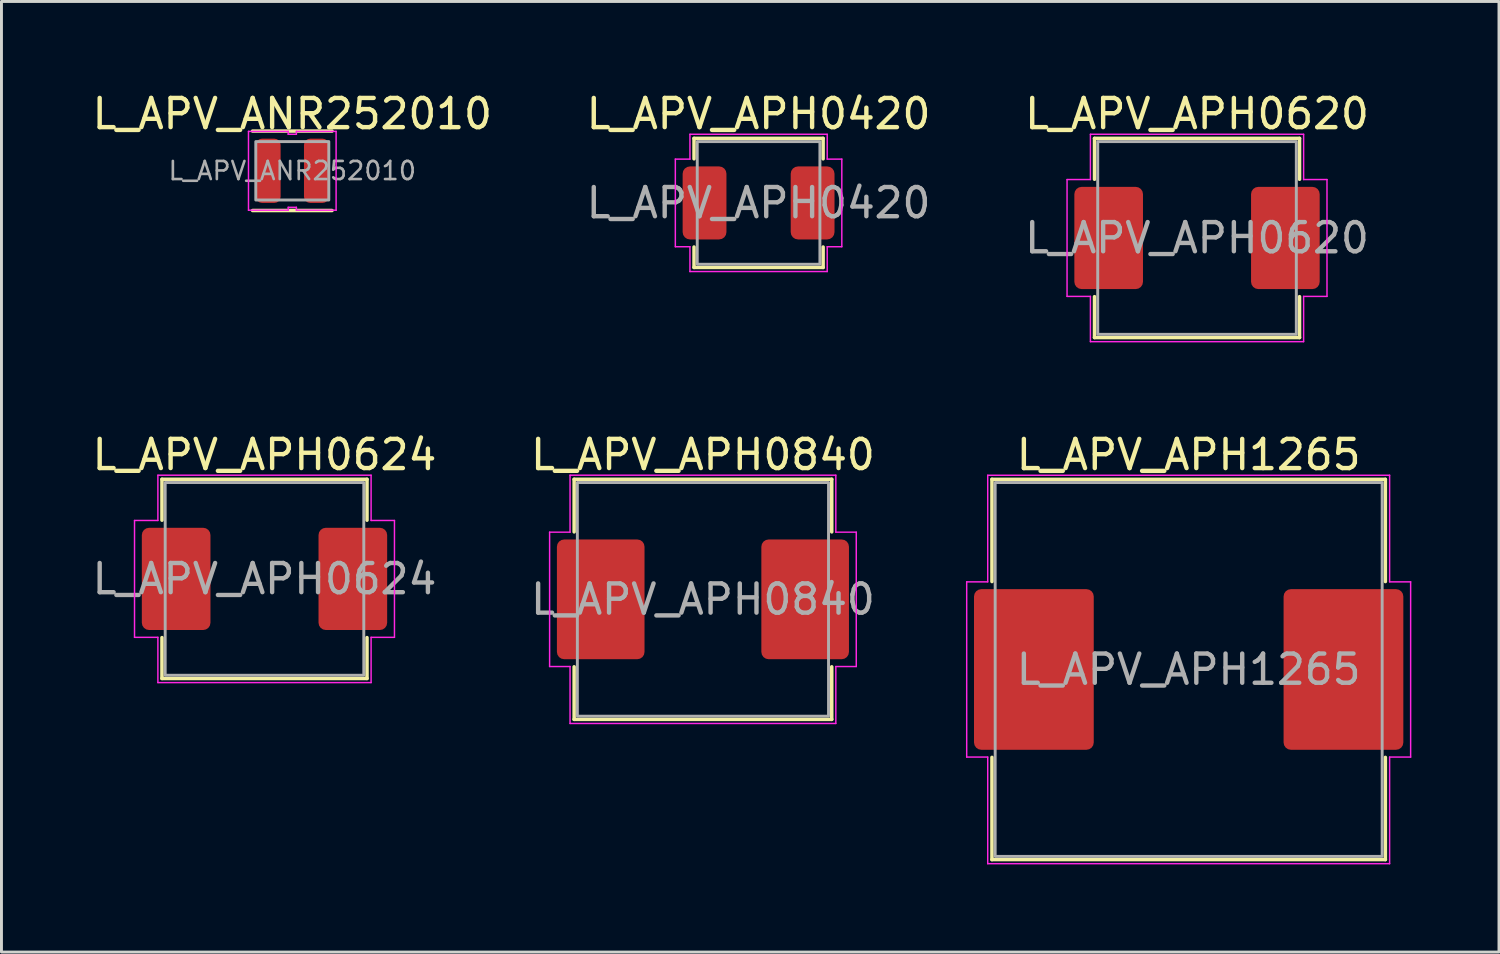
<source format=kicad_pcb>
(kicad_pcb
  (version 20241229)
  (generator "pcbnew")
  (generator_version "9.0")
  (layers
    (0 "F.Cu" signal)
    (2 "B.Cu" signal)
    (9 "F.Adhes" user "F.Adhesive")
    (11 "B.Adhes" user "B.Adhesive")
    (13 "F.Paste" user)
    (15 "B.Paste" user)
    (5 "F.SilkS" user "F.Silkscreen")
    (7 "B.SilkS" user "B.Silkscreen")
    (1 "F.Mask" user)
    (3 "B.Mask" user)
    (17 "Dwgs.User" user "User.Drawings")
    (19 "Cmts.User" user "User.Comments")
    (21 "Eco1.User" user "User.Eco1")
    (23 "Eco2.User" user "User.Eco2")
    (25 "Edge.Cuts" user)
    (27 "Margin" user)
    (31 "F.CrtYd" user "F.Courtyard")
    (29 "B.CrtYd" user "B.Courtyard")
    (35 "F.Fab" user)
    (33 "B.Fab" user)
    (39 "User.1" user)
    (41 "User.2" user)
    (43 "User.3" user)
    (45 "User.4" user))
  (footprint "L_APV_APH0420"
    (layer "F.Cu")
    (at 22.923 3.898)
    (property "Reference" "L_APV_APH0420" (at 0 -3.05 0) (layer "F.SilkS") (effects (font (size 1 1) (thickness 0.15))))
    (attr smd)
    (fp_line (start -2.21 -2.21) (end 2.21 -2.21) (stroke (width 0.12) (type solid)) (layer "F.SilkS"))
    (fp_line (start -2.21 -1.51) (end -2.21 -2.21) (stroke (width 0.12) (type solid)) (layer "F.SilkS"))
    (fp_line (start -2.21 2.21) (end -2.21 1.51) (stroke (width 0.12) (type solid)) (layer "F.SilkS"))
    (fp_line (start 2.21 -2.21) (end 2.21 -1.51) (stroke (width 0.12) (type solid)) (layer "F.SilkS"))
    (fp_line (start 2.21 1.51) (end 2.21 2.21) (stroke (width 0.12) (type solid)) (layer "F.SilkS"))
    (fp_line (start 2.21 2.21) (end -2.21 2.21) (stroke (width 0.12) (type solid)) (layer "F.SilkS"))
    (fp_line (start -2.85 -1.5) (end -2.35 -1.5) (stroke (width 0.05) (type solid)) (layer "F.CrtYd"))
    (fp_line (start -2.85 1.5) (end -2.85 -1.5) (stroke (width 0.05) (type solid)) (layer "F.CrtYd"))
    (fp_line (start -2.35 -2.35) (end 2.35 -2.35) (stroke (width 0.05) (type solid)) (layer "F.CrtYd"))
    (fp_line (start -2.35 -1.5) (end -2.35 -2.35) (stroke (width 0.05) (type solid)) (layer "F.CrtYd"))
    (fp_line (start -2.35 1.5) (end -2.85 1.5) (stroke (width 0.05) (type solid)) (layer "F.CrtYd"))
    (fp_line (start -2.35 2.35) (end -2.35 1.5) (stroke (width 0.05) (type solid)) (layer "F.CrtYd"))
    (fp_line (start 2.35 -2.35) (end 2.35 -1.5) (stroke (width 0.05) (type solid)) (layer "F.CrtYd"))
    (fp_line (start 2.35 -1.5) (end 2.85 -1.5) (stroke (width 0.05) (type solid)) (layer "F.CrtYd"))
    (fp_line (start 2.35 1.5) (end 2.35 2.35) (stroke (width 0.05) (type solid)) (layer "F.CrtYd"))
    (fp_line (start 2.35 2.35) (end -2.35 2.35) (stroke (width 0.05) (type solid)) (layer "F.CrtYd"))
    (fp_line (start 2.85 -1.5) (end 2.85 1.5) (stroke (width 0.05) (type solid)) (layer "F.CrtYd"))
    (fp_line (start 2.85 1.5) (end 2.35 1.5) (stroke (width 0.05) (type solid)) (layer "F.CrtYd"))
    (fp_rect (start -2.1 -2.1) (end 2.1 2.1) (stroke (width 0.1) (type solid)) (fill no) (layer "F.Fab"))
    (fp_text user "${REFERENCE}" (at 0 0 0) (layer "F.Fab") (effects (font (size 1 1) (thickness 0.15))))
    (pad "1" smd roundrect (at -1.85 0) (size 1.5 2.5) (layers "F.Cu" "F.Mask" "F.Paste") (roundrect_rratio 0.167))
    (pad "2" smd roundrect (at 1.85 0) (size 1.5 2.5) (layers "F.Cu" "F.Mask" "F.Paste") (roundrect_rratio 0.167)))
  (footprint "L_APV_ANR252010"
    (layer "F.Cu")
    (at 6.958 2.798)
    (property "Reference" "L_APV_ANR252010" (at 0 -1.95 0) (layer "F.SilkS") (effects (font (size 1 1) (thickness 0.15))))
    (attr smd)
    (fp_line (start -1.36 -1.36) (end 1.36 -1.36) (stroke (width 0.12) (type solid)) (layer "F.SilkS"))
    (fp_line (start 1.36 1.36) (end -1.36 1.36) (stroke (width 0.12) (type solid)) (layer "F.SilkS"))
    (fp_line (start -1.5 -1.35) (end -0.14 -1.35) (stroke (width 0.05) (type solid)) (layer "F.CrtYd"))
    (fp_line (start -1.5 1.35) (end -1.5 -1.35) (stroke (width 0.05) (type solid)) (layer "F.CrtYd"))
    (fp_line (start -0.14 -1.35) (end -0.14 -1.25) (stroke (width 0.05) (type solid)) (layer "F.CrtYd"))
    (fp_line (start -0.14 -1.25) (end 0.14 -1.25) (stroke (width 0.05) (type solid)) (layer "F.CrtYd"))
    (fp_line (start -0.14 1.25) (end -0.14 1.35) (stroke (width 0.05) (type solid)) (layer "F.CrtYd"))
    (fp_line (start -0.14 1.35) (end -1.5 1.35) (stroke (width 0.05) (type solid)) (layer "F.CrtYd"))
    (fp_line (start 0.14 -1.35) (end 1.5 -1.35) (stroke (width 0.05) (type solid)) (layer "F.CrtYd"))
    (fp_line (start 0.14 -1.25) (end 0.14 -1.35) (stroke (width 0.05) (type solid)) (layer "F.CrtYd"))
    (fp_line (start 0.14 1.25) (end -0.14 1.25) (stroke (width 0.05) (type solid)) (layer "F.CrtYd"))
    (fp_line (start 0.14 1.35) (end 0.14 1.25) (stroke (width 0.05) (type solid)) (layer "F.CrtYd"))
    (fp_line (start 1.5 -1.35) (end 1.5 1.35) (stroke (width 0.05) (type solid)) (layer "F.CrtYd"))
    (fp_line (start 1.5 1.35) (end 0.14 1.35) (stroke (width 0.05) (type solid)) (layer "F.CrtYd"))
    (fp_rect (start -1.25 -1) (end 1.25 1) (stroke (width 0.1) (type solid)) (fill no) (layer "F.Fab"))
    (fp_text user "${REFERENCE}" (at 0 0 0) (layer "F.Fab") (effects (font (size 0.62 0.62) (thickness 0.09))))
    (pad "1" smd roundrect (at -0.825 0) (size 0.85 2.2) (layers "F.Cu" "F.Mask" "F.Paste") (roundrect_rratio 0.25))
    (pad "2" smd roundrect (at 0.825 0) (size 0.85 2.2) (layers "F.Cu" "F.Mask" "F.Paste") (roundrect_rratio 0.25)))
  (footprint "L_APV_APH1265"
    (layer "F.Cu")
    (at 37.649 19.872)
    (property "Reference" "L_APV_APH1265" (at 0 -7.35 0) (layer "F.SilkS") (effects (font (size 1 1) (thickness 0.15))))
    (attr smd)
    (fp_line (start -6.735 -6.51) (end 6.735 -6.51) (stroke (width 0.12) (type solid)) (layer "F.SilkS"))
    (fp_line (start -6.735 -3.01) (end -6.735 -6.51) (stroke (width 0.12) (type solid)) (layer "F.SilkS"))
    (fp_line (start -6.735 6.51) (end -6.735 3.01) (stroke (width 0.12) (type solid)) (layer "F.SilkS"))
    (fp_line (start 6.735 -6.51) (end 6.735 -3.01) (stroke (width 0.12) (type solid)) (layer "F.SilkS"))
    (fp_line (start 6.735 3.01) (end 6.735 6.51) (stroke (width 0.12) (type solid)) (layer "F.SilkS"))
    (fp_line (start 6.735 6.51) (end -6.735 6.51) (stroke (width 0.12) (type solid)) (layer "F.SilkS"))
    (fp_line (start -7.6 -3) (end -6.88 -3) (stroke (width 0.05) (type solid)) (layer "F.CrtYd"))
    (fp_line (start -7.6 3) (end -7.6 -3) (stroke (width 0.05) (type solid)) (layer "F.CrtYd"))
    (fp_line (start -6.88 -6.65) (end 6.88 -6.65) (stroke (width 0.05) (type solid)) (layer "F.CrtYd"))
    (fp_line (start -6.88 -3) (end -6.88 -6.65) (stroke (width 0.05) (type solid)) (layer "F.CrtYd"))
    (fp_line (start -6.88 3) (end -7.6 3) (stroke (width 0.05) (type solid)) (layer "F.CrtYd"))
    (fp_line (start -6.88 6.65) (end -6.88 3) (stroke (width 0.05) (type solid)) (layer "F.CrtYd"))
    (fp_line (start 6.88 -6.65) (end 6.88 -3) (stroke (width 0.05) (type solid)) (layer "F.CrtYd"))
    (fp_line (start 6.88 -3) (end 7.6 -3) (stroke (width 0.05) (type solid)) (layer "F.CrtYd"))
    (fp_line (start 6.88 3) (end 6.88 6.65) (stroke (width 0.05) (type solid)) (layer "F.CrtYd"))
    (fp_line (start 6.88 6.65) (end -6.88 6.65) (stroke (width 0.05) (type solid)) (layer "F.CrtYd"))
    (fp_line (start 7.6 -3) (end 7.6 3) (stroke (width 0.05) (type solid)) (layer "F.CrtYd"))
    (fp_line (start 7.6 3) (end 6.88 3) (stroke (width 0.05) (type solid)) (layer "F.CrtYd"))
    (fp_rect (start -6.625 -6.4) (end 6.625 6.4) (stroke (width 0.1) (type solid)) (fill no) (layer "F.Fab"))
    (fp_text user "${REFERENCE}" (at 0 0 0) (layer "F.Fab") (effects (font (size 1 1) (thickness 0.15))))
    (pad "1" smd roundrect (at -5.3 0) (size 4.1 5.5) (layers "F.Cu" "F.Mask" "F.Paste") (roundrect_rratio 0.061))
    (pad "2" smd roundrect (at 5.3 0) (size 4.1 5.5) (layers "F.Cu" "F.Mask" "F.Paste") (roundrect_rratio 0.061)))
  (footprint "L_APV_APH0840"
    (layer "F.Cu")
    (at 21.018 17.471)
    (property "Reference" "L_APV_APH0840" (at 0 -4.95 0) (layer "F.SilkS") (effects (font (size 1 1) (thickness 0.15))))
    (attr smd)
    (fp_line (start -4.41 -4.11) (end 4.41 -4.11) (stroke (width 0.12) (type solid)) (layer "F.SilkS"))
    (fp_line (start -4.41 -2.31) (end -4.41 -4.11) (stroke (width 0.12) (type solid)) (layer "F.SilkS"))
    (fp_line (start -4.41 4.11) (end -4.41 2.31) (stroke (width 0.12) (type solid)) (layer "F.SilkS"))
    (fp_line (start 4.41 -4.11) (end 4.41 -2.31) (stroke (width 0.12) (type solid)) (layer "F.SilkS"))
    (fp_line (start 4.41 2.31) (end 4.41 4.11) (stroke (width 0.12) (type solid)) (layer "F.SilkS"))
    (fp_line (start 4.41 4.11) (end -4.41 4.11) (stroke (width 0.12) (type solid)) (layer "F.SilkS"))
    (fp_line (start -5.25 -2.3) (end -4.55 -2.3) (stroke (width 0.05) (type solid)) (layer "F.CrtYd"))
    (fp_line (start -5.25 2.3) (end -5.25 -2.3) (stroke (width 0.05) (type solid)) (layer "F.CrtYd"))
    (fp_line (start -4.55 -4.25) (end 4.55 -4.25) (stroke (width 0.05) (type solid)) (layer "F.CrtYd"))
    (fp_line (start -4.55 -2.3) (end -4.55 -4.25) (stroke (width 0.05) (type solid)) (layer "F.CrtYd"))
    (fp_line (start -4.55 2.3) (end -5.25 2.3) (stroke (width 0.05) (type solid)) (layer "F.CrtYd"))
    (fp_line (start -4.55 4.25) (end -4.55 2.3) (stroke (width 0.05) (type solid)) (layer "F.CrtYd"))
    (fp_line (start 4.55 -4.25) (end 4.55 -2.3) (stroke (width 0.05) (type solid)) (layer "F.CrtYd"))
    (fp_line (start 4.55 -2.3) (end 5.25 -2.3) (stroke (width 0.05) (type solid)) (layer "F.CrtYd"))
    (fp_line (start 4.55 2.3) (end 4.55 4.25) (stroke (width 0.05) (type solid)) (layer "F.CrtYd"))
    (fp_line (start 4.55 4.25) (end -4.55 4.25) (stroke (width 0.05) (type solid)) (layer "F.CrtYd"))
    (fp_line (start 5.25 -2.3) (end 5.25 2.3) (stroke (width 0.05) (type solid)) (layer "F.CrtYd"))
    (fp_line (start 5.25 2.3) (end 4.55 2.3) (stroke (width 0.05) (type solid)) (layer "F.CrtYd"))
    (fp_rect (start -4.3 -4) (end 4.3 4) (stroke (width 0.1) (type solid)) (fill no) (layer "F.Fab"))
    (fp_text user "${REFERENCE}" (at 0 0 0) (layer "F.Fab") (effects (font (size 1 1) (thickness 0.15))))
    (pad "1" smd roundrect (at -3.5 0) (size 3 4.1) (layers "F.Cu" "F.Mask" "F.Paste") (roundrect_rratio 0.083))
    (pad "2" smd roundrect (at 3.5 0) (size 3 4.1) (layers "F.Cu" "F.Mask" "F.Paste") (roundrect_rratio 0.083)))
  (footprint "L_APV_APH0620"
    (layer "F.Cu")
    (at 37.935 5.098)
    (property "Reference" "L_APV_APH0620" (at 0 -4.25 0) (layer "F.SilkS") (effects (font (size 1 1) (thickness 0.15))))
    (attr smd)
    (fp_line (start -3.51 -3.41) (end 3.51 -3.41) (stroke (width 0.12) (type solid)) (layer "F.SilkS"))
    (fp_line (start -3.51 -2.01) (end -3.51 -3.41) (stroke (width 0.12) (type solid)) (layer "F.SilkS"))
    (fp_line (start -3.51 3.41) (end -3.51 2.01) (stroke (width 0.12) (type solid)) (layer "F.SilkS"))
    (fp_line (start 3.51 -3.41) (end 3.51 -2.01) (stroke (width 0.12) (type solid)) (layer "F.SilkS"))
    (fp_line (start 3.51 2.01) (end 3.51 3.41) (stroke (width 0.12) (type solid)) (layer "F.SilkS"))
    (fp_line (start 3.51 3.41) (end -3.51 3.41) (stroke (width 0.12) (type solid)) (layer "F.SilkS"))
    (fp_line (start -4.45 -2) (end -3.65 -2) (stroke (width 0.05) (type solid)) (layer "F.CrtYd"))
    (fp_line (start -4.45 2) (end -4.45 -2) (stroke (width 0.05) (type solid)) (layer "F.CrtYd"))
    (fp_line (start -3.65 -3.55) (end 3.65 -3.55) (stroke (width 0.05) (type solid)) (layer "F.CrtYd"))
    (fp_line (start -3.65 -2) (end -3.65 -3.55) (stroke (width 0.05) (type solid)) (layer "F.CrtYd"))
    (fp_line (start -3.65 2) (end -4.45 2) (stroke (width 0.05) (type solid)) (layer "F.CrtYd"))
    (fp_line (start -3.65 3.55) (end -3.65 2) (stroke (width 0.05) (type solid)) (layer "F.CrtYd"))
    (fp_line (start 3.65 -3.55) (end 3.65 -2) (stroke (width 0.05) (type solid)) (layer "F.CrtYd"))
    (fp_line (start 3.65 -2) (end 4.45 -2) (stroke (width 0.05) (type solid)) (layer "F.CrtYd"))
    (fp_line (start 3.65 2) (end 3.65 3.55) (stroke (width 0.05) (type solid)) (layer "F.CrtYd"))
    (fp_line (start 3.65 3.55) (end -3.65 3.55) (stroke (width 0.05) (type solid)) (layer "F.CrtYd"))
    (fp_line (start 4.45 -2) (end 4.45 2) (stroke (width 0.05) (type solid)) (layer "F.CrtYd"))
    (fp_line (start 4.45 2) (end 3.65 2) (stroke (width 0.05) (type solid)) (layer "F.CrtYd"))
    (fp_rect (start -3.4 -3.3) (end 3.4 3.3) (stroke (width 0.1) (type solid)) (fill no) (layer "F.Fab"))
    (fp_text user "${REFERENCE}" (at 0 0 0) (layer "F.Fab") (effects (font (size 1 1) (thickness 0.15))))
    (pad "1" smd roundrect (at -3.025 0) (size 2.35 3.5) (layers "F.Cu" "F.Mask" "F.Paste") (roundrect_rratio 0.106))
    (pad "2" smd roundrect (at 3.025 0) (size 2.35 3.5) (layers "F.Cu" "F.Mask" "F.Paste") (roundrect_rratio 0.106)))
  (footprint "L_APV_APH0624"
    (layer "F.Cu")
    (at 6.006 16.771)
    (property "Reference" "L_APV_APH0624" (at 0 -4.25 0) (layer "F.SilkS") (effects (font (size 1 1) (thickness 0.15))))
    (attr smd)
    (fp_line (start -3.51 -3.41) (end 3.51 -3.41) (stroke (width 0.12) (type solid)) (layer "F.SilkS"))
    (fp_line (start -3.51 -2.01) (end -3.51 -3.41) (stroke (width 0.12) (type solid)) (layer "F.SilkS"))
    (fp_line (start -3.51 3.41) (end -3.51 2.01) (stroke (width 0.12) (type solid)) (layer "F.SilkS"))
    (fp_line (start 3.51 -3.41) (end 3.51 -2.01) (stroke (width 0.12) (type solid)) (layer "F.SilkS"))
    (fp_line (start 3.51 2.01) (end 3.51 3.41) (stroke (width 0.12) (type solid)) (layer "F.SilkS"))
    (fp_line (start 3.51 3.41) (end -3.51 3.41) (stroke (width 0.12) (type solid)) (layer "F.SilkS"))
    (fp_line (start -4.45 -2) (end -3.65 -2) (stroke (width 0.05) (type solid)) (layer "F.CrtYd"))
    (fp_line (start -4.45 2) (end -4.45 -2) (stroke (width 0.05) (type solid)) (layer "F.CrtYd"))
    (fp_line (start -3.65 -3.55) (end 3.65 -3.55) (stroke (width 0.05) (type solid)) (layer "F.CrtYd"))
    (fp_line (start -3.65 -2) (end -3.65 -3.55) (stroke (width 0.05) (type solid)) (layer "F.CrtYd"))
    (fp_line (start -3.65 2) (end -4.45 2) (stroke (width 0.05) (type solid)) (layer "F.CrtYd"))
    (fp_line (start -3.65 3.55) (end -3.65 2) (stroke (width 0.05) (type solid)) (layer "F.CrtYd"))
    (fp_line (start 3.65 -3.55) (end 3.65 -2) (stroke (width 0.05) (type solid)) (layer "F.CrtYd"))
    (fp_line (start 3.65 -2) (end 4.45 -2) (stroke (width 0.05) (type solid)) (layer "F.CrtYd"))
    (fp_line (start 3.65 2) (end 3.65 3.55) (stroke (width 0.05) (type solid)) (layer "F.CrtYd"))
    (fp_line (start 3.65 3.55) (end -3.65 3.55) (stroke (width 0.05) (type solid)) (layer "F.CrtYd"))
    (fp_line (start 4.45 -2) (end 4.45 2) (stroke (width 0.05) (type solid)) (layer "F.CrtYd"))
    (fp_line (start 4.45 2) (end 3.65 2) (stroke (width 0.05) (type solid)) (layer "F.CrtYd"))
    (fp_rect (start -3.4 -3.3) (end 3.4 3.3) (stroke (width 0.1) (type solid)) (fill no) (layer "F.Fab"))
    (fp_text user "${REFERENCE}" (at 0 0 0) (layer "F.Fab") (effects (font (size 1 1) (thickness 0.15))))
    (pad "1" smd roundrect (at -3.025 0) (size 2.35 3.5) (layers "F.Cu" "F.Mask" "F.Paste") (roundrect_rratio 0.106))
    (pad "2" smd roundrect (at 3.025 0) (size 2.35 3.5) (layers "F.Cu" "F.Mask" "F.Paste") (roundrect_rratio 0.106)))
  (gr_rect
    (start -3 -3)
    (end 48.274 29.547)
    (stroke (width 0.1) (type default))
    (fill no)
    (layer "Edge.Cuts")))
</source>
